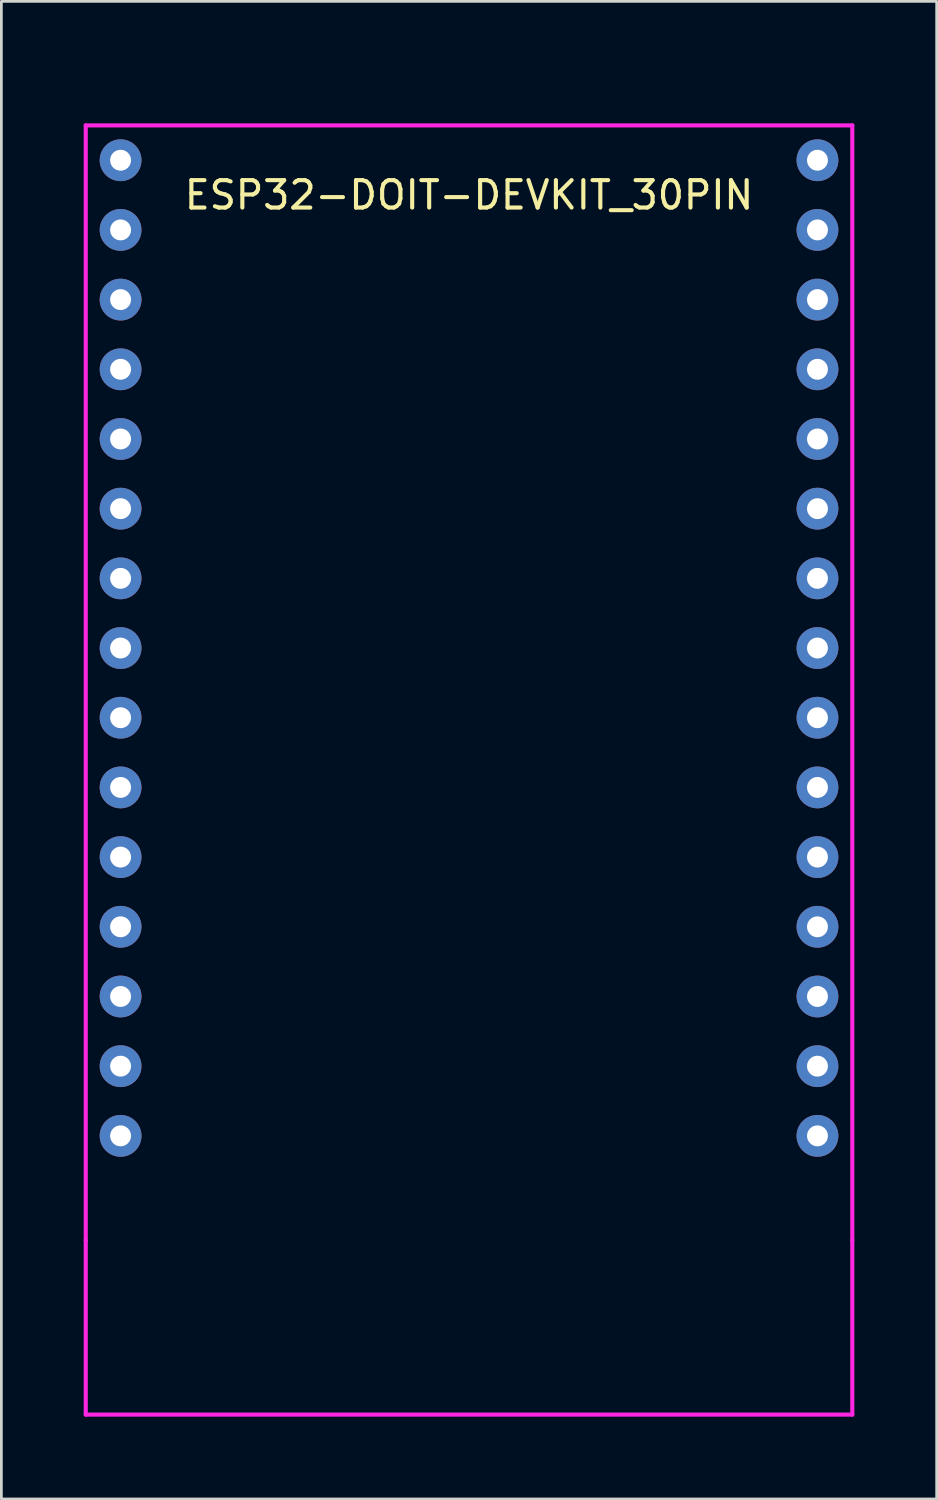
<source format=kicad_pcb>
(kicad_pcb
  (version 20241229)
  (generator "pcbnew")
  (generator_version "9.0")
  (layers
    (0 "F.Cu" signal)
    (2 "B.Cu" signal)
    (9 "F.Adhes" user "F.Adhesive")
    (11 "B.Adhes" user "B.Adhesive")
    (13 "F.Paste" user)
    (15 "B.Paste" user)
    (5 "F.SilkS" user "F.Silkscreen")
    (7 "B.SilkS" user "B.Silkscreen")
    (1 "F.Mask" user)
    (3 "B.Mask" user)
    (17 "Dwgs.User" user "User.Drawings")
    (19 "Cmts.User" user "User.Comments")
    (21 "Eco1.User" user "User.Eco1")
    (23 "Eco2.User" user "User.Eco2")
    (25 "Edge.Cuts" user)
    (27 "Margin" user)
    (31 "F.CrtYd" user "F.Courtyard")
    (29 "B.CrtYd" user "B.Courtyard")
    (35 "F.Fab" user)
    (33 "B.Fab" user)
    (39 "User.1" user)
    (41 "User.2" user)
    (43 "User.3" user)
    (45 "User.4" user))
  (footprint "ESP32-DOIT-DEVKIT_30PIN"
    (layer "F.Cu")
    (at 14.045 0.25)
    (property "Reference" "ESP32-DOIT-DEVKIT_30PIN" (at 0 3.81 0) (layer "F.SilkS") (effects (font (size 1 1) (thickness 0.15))))
    (attr through_hole)
    (fp_line (start -13.97 1.27) (end 13.97 1.27) (stroke (width 0.15) (type solid)) (layer "F.CrtYd"))
    (fp_line (start -13.97 41.91) (end -13.97 1.27) (stroke (width 0.15) (type solid)) (layer "F.CrtYd"))
    (fp_line (start -13.97 41.91) (end -13.97 48.26) (stroke (width 0.15) (type solid)) (layer "F.CrtYd"))
    (fp_line (start -13.97 48.26) (end 13.97 48.26) (stroke (width 0.15) (type solid)) (layer "F.CrtYd"))
    (fp_line (start 13.97 1.27) (end 13.97 41.91) (stroke (width 0.15) (type solid)) (layer "F.CrtYd"))
    (fp_line (start 13.97 48.26) (end 13.97 41.91) (stroke (width 0.15) (type solid)) (layer "F.CrtYd"))
    (pad "1" thru_hole circle (at -12.7 2.54) (size 1.524 1.524) (drill 0.762) (layers "*.Cu" "*.Mask"))
    (pad "2" thru_hole circle (at -12.7 5.08) (size 1.524 1.524) (drill 0.762) (layers "*.Cu" "*.Mask"))
    (pad "3" thru_hole circle (at -12.7 7.62) (size 1.524 1.524) (drill 0.762) (layers "*.Cu" "*.Mask"))
    (pad "4" thru_hole circle (at -12.7 10.16) (size 1.524 1.524) (drill 0.762) (layers "*.Cu" "*.Mask"))
    (pad "5" thru_hole circle (at -12.7 12.7) (size 1.524 1.524) (drill 0.762) (layers "*.Cu" "*.Mask"))
    (pad "6" thru_hole circle (at -12.7 15.24) (size 1.524 1.524) (drill 0.762) (layers "*.Cu" "*.Mask"))
    (pad "7" thru_hole circle (at -12.7 17.78) (size 1.524 1.524) (drill 0.762) (layers "*.Cu" "*.Mask"))
    (pad "8" thru_hole circle (at -12.7 20.32) (size 1.524 1.524) (drill 0.762) (layers "*.Cu" "*.Mask"))
    (pad "9" thru_hole circle (at -12.7 22.86) (size 1.524 1.524) (drill 0.762) (layers "*.Cu" "*.Mask"))
    (pad "10" thru_hole circle (at -12.7 25.4) (size 1.524 1.524) (drill 0.762) (layers "*.Cu" "*.Mask"))
    (pad "11" thru_hole circle (at -12.7 27.94) (size 1.524 1.524) (drill 0.762) (layers "*.Cu" "*.Mask"))
    (pad "12" thru_hole circle (at -12.7 30.48) (size 1.524 1.524) (drill 0.762) (layers "*.Cu" "*.Mask"))
    (pad "13" thru_hole circle (at -12.7 33.02) (size 1.524 1.524) (drill 0.762) (layers "*.Cu" "*.Mask"))
    (pad "14" thru_hole circle (at -12.7 35.56) (size 1.524 1.524) (drill 0.762) (layers "*.Cu" "*.Mask"))
    (pad "15" thru_hole circle (at -12.7 38.1) (size 1.524 1.524) (drill 0.762) (layers "*.Cu" "*.Mask"))
    (pad "22" thru_hole circle (at 12.7 38.1) (size 1.524 1.524) (drill 0.762) (layers "*.Cu" "*.Mask"))
    (pad "23" thru_hole circle (at 12.7 35.56) (size 1.524 1.524) (drill 0.762) (layers "*.Cu" "*.Mask"))
    (pad "24" thru_hole circle (at 12.7 33.02) (size 1.524 1.524) (drill 0.762) (layers "*.Cu" "*.Mask"))
    (pad "25" thru_hole circle (at 12.7 30.48) (size 1.524 1.524) (drill 0.762) (layers "*.Cu" "*.Mask"))
    (pad "26" thru_hole circle (at 12.7 27.94) (size 1.524 1.524) (drill 0.762) (layers "*.Cu" "*.Mask"))
    (pad "27" thru_hole circle (at 12.7 25.4) (size 1.524 1.524) (drill 0.762) (layers "*.Cu" "*.Mask"))
    (pad "28" thru_hole circle (at 12.7 22.86) (size 1.524 1.524) (drill 0.762) (layers "*.Cu" "*.Mask"))
    (pad "29" thru_hole circle (at 12.7 20.32) (size 1.524 1.524) (drill 0.762) (layers "*.Cu" "*.Mask"))
    (pad "30" thru_hole circle (at 12.7 17.78) (size 1.524 1.524) (drill 0.762) (layers "*.Cu" "*.Mask"))
    (pad "31" thru_hole circle (at 12.7 15.24) (size 1.524 1.524) (drill 0.762) (layers "*.Cu" "*.Mask"))
    (pad "32" thru_hole circle (at 12.7 12.7) (size 1.524 1.524) (drill 0.762) (layers "*.Cu" "*.Mask"))
    (pad "33" thru_hole circle (at 12.7 10.16) (size 1.524 1.524) (drill 0.762) (layers "*.Cu" "*.Mask"))
    (pad "34" thru_hole circle (at 12.7 7.62) (size 1.524 1.524) (drill 0.762) (layers "*.Cu" "*.Mask"))
    (pad "35" thru_hole circle (at 12.7 5.08) (size 1.524 1.524) (drill 0.762) (layers "*.Cu" "*.Mask"))
    (pad "36" thru_hole circle (at 12.7 2.54) (size 1.524 1.524) (drill 0.762) (layers "*.Cu" "*.Mask")))
  (gr_rect
    (start -3 -3)
    (end 31.09 51.585)
    (stroke (width 0.1) (type default))
    (fill no)
    (layer "Edge.Cuts")))
</source>
